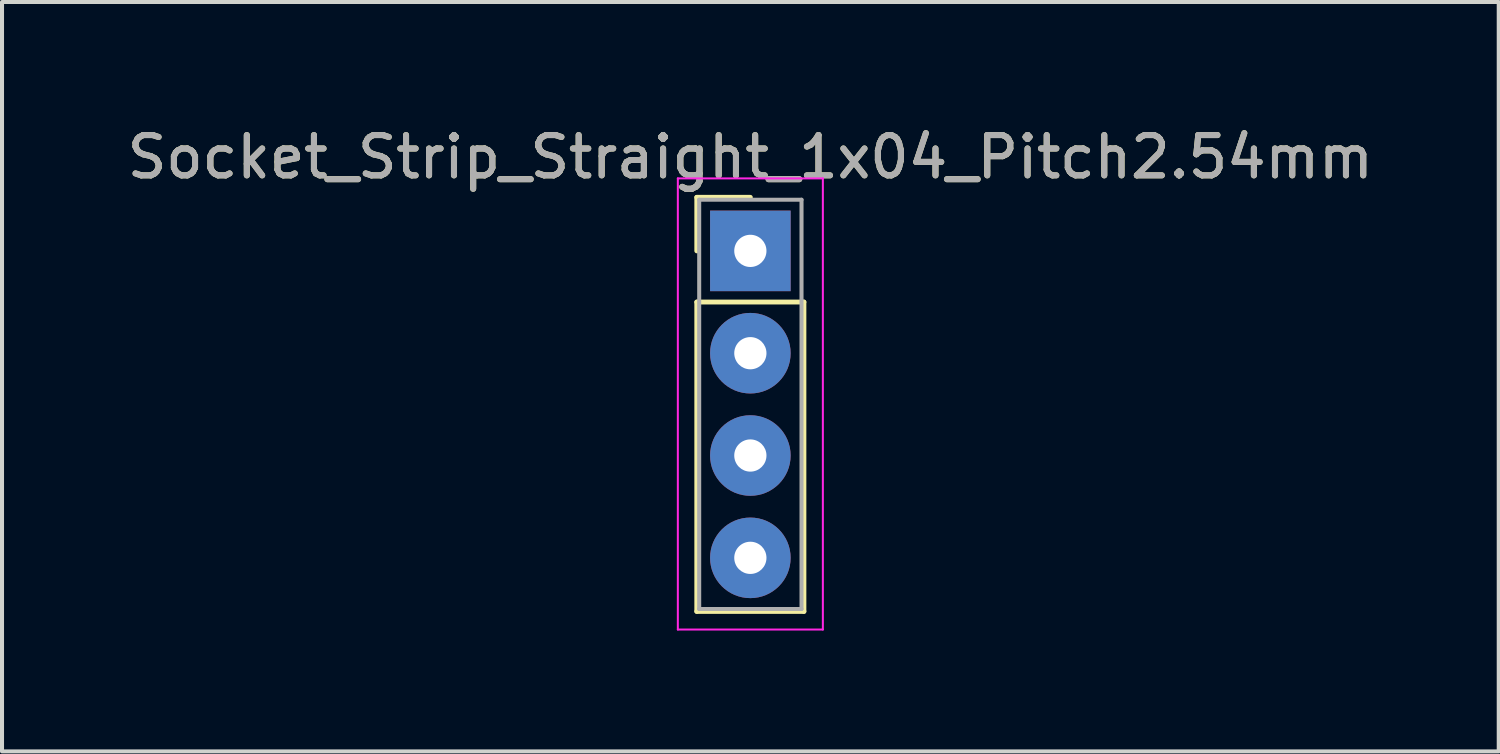
<source format=kicad_pcb>
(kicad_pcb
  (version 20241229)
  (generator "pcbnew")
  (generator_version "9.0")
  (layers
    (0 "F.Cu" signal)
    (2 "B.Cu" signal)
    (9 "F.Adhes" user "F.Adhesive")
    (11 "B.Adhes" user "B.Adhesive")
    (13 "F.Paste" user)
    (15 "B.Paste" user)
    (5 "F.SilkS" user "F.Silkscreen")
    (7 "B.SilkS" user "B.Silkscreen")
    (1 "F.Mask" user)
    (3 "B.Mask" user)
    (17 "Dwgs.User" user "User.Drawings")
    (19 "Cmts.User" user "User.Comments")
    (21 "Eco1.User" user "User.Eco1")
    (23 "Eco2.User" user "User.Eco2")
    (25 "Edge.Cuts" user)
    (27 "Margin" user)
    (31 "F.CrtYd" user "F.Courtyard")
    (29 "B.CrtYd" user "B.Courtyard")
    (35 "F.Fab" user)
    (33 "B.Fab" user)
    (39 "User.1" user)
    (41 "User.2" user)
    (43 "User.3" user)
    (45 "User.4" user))
  (footprint "Socket_Strip_Straight_1x04_Pitch2.54mm"
    (layer "F.Cu")
    (at 15.577 3.178)
    (property "Reference" "Socket_Strip_Straight_1x04_Pitch2.54mm" (at 0 -2.33 0) (layer "F.SilkS") (effects (font (size 1 1) (thickness 0.15))))
    (attr through_hole)
    (fp_line (start -1.33 -1.33) (end 0 -1.33) (stroke (width 0.12) (type solid)) (layer "F.SilkS"))
    (fp_line (start -1.33 0) (end -1.33 -1.33) (stroke (width 0.12) (type solid)) (layer "F.SilkS"))
    (fp_line (start -1.33 1.27) (end -1.33 8.95) (stroke (width 0.12) (type solid)) (layer "F.SilkS"))
    (fp_line (start -1.33 8.95) (end 1.33 8.95) (stroke (width 0.12) (type solid)) (layer "F.SilkS"))
    (fp_line (start 1.33 1.27) (end -1.33 1.27) (stroke (width 0.12) (type solid)) (layer "F.SilkS"))
    (fp_line (start 1.33 8.95) (end 1.33 1.27) (stroke (width 0.12) (type solid)) (layer "F.SilkS"))
    (fp_line (start -1.8 -1.8) (end -1.8 9.4) (stroke (width 0.05) (type solid)) (layer "F.CrtYd"))
    (fp_line (start -1.8 9.4) (end 1.8 9.4) (stroke (width 0.05) (type solid)) (layer "F.CrtYd"))
    (fp_line (start 1.8 -1.8) (end -1.8 -1.8) (stroke (width 0.05) (type solid)) (layer "F.CrtYd"))
    (fp_line (start 1.8 9.4) (end 1.8 -1.8) (stroke (width 0.05) (type solid)) (layer "F.CrtYd"))
    (fp_line (start -1.27 -1.27) (end -1.27 8.89) (stroke (width 0.1) (type solid)) (layer "F.Fab"))
    (fp_line (start -1.27 8.89) (end 1.27 8.89) (stroke (width 0.1) (type solid)) (layer "F.Fab"))
    (fp_line (start 1.27 -1.27) (end -1.27 -1.27) (stroke (width 0.1) (type solid)) (layer "F.Fab"))
    (fp_line (start 1.27 8.89) (end 1.27 -1.27) (stroke (width 0.1) (type solid)) (layer "F.Fab"))
    (fp_text user "${REFERENCE}" (at 0 -2.33 0) (layer "F.Fab") (effects (font (size 1 1) (thickness 0.15))))
    (pad "1" thru_hole rect (at 0 0) (size 2 2) (drill 0.8) (layers "*.Cu" "*.Mask"))
    (pad "2" thru_hole circle (at 0 2.54) (size 2 2) (drill 0.8) (layers "*.Cu" "*.Mask"))
    (pad "3" thru_hole circle (at 0 5.08) (size 2 2) (drill 0.8) (layers "*.Cu" "*.Mask"))
    (pad "4" thru_hole circle (at 0 7.62) (size 2 2) (drill 0.8) (layers "*.Cu" "*.Mask")))
  (gr_rect
    (start -3 -3)
    (end 34.155 15.603)
    (stroke (width 0.1) (type default))
    (fill no)
    (layer "Edge.Cuts")))
</source>
